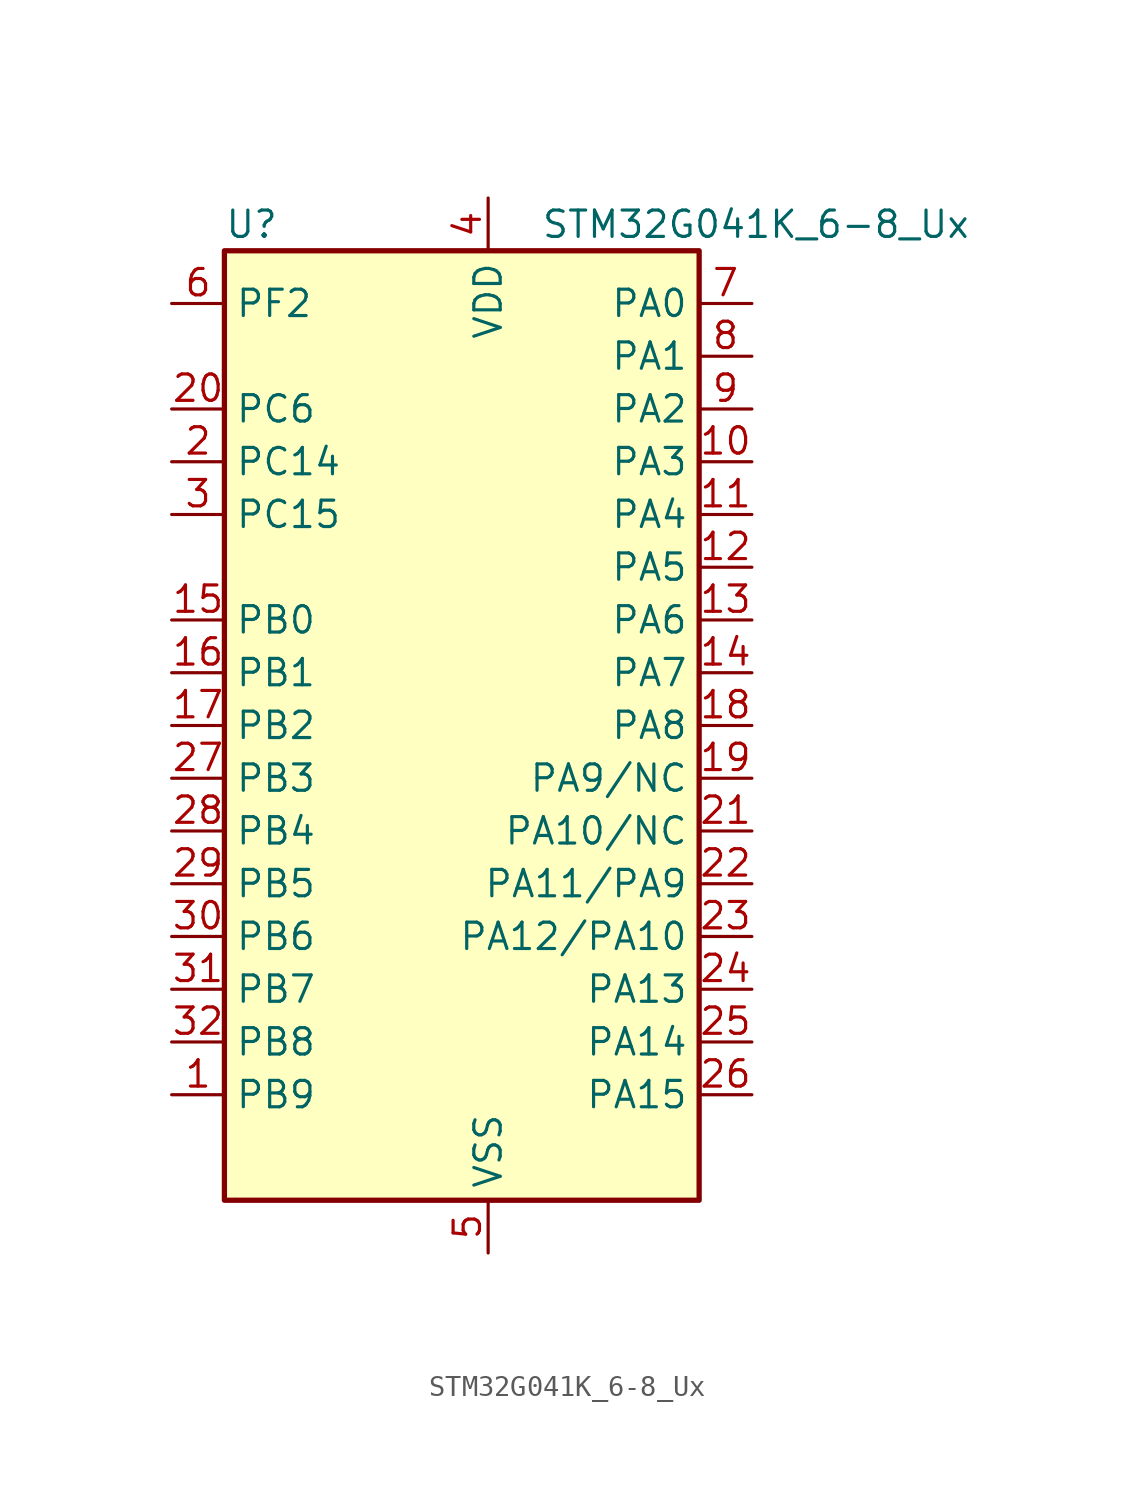
<source format=kicad_sym>
(kicad_symbol_lib
  (version 20231120)
  (generator "kicad_symbol_editor")
  (generator_version "8.0")
  (symbol "STM32G041K_6-8_Ux"
    (property "Reference" "U"
      (at -10.16 24.13 0)
      (effects (font (size 1.27 1.27)) (justify left)))
    (property "Value" "STM32G041K_6-8_Ux"
      (at 5.08 24.13 0)
      (effects (font (size 1.27 1.27)) (justify left)))
    (property "ki_locked" ""
      (at 0 0 0)
      (effects (font (size 1.27 1.27))))
    (symbol "STM32G041K_6-8_Ux_0_1"
      (rectangle (start -10.16 -22.86) (end 12.7 22.86) (stroke (width 0.254) (type default)) (fill (type background))))
    (symbol "STM32G041K_6-8_Ux_1_1"
      (pin bidirectional line (at -12.7 -17.78 0) (length 2.54) (name "PB9" (effects (font (size 1.27 1.27)))) (number "1" (effects (font (size 1.27 1.27)))) (alternate "I2C1_SDA" bidirectional line) (alternate "IR_OUT" bidirectional line) (alternate "SPI2_NSS" bidirectional line) (alternate "TIM17_CH1" bidirectional line))
      (pin bidirectional line (at 15.24 12.7 180) (length 2.54) (name "PA3" (effects (font (size 1.27 1.27)))) (number "10" (effects (font (size 1.27 1.27)))) (alternate "ADC1_IN3" bidirectional line) (alternate "LPUART1_RX" bidirectional line) (alternate "SPI2_MISO" bidirectional line) (alternate "TIM2_CH4" bidirectional line) (alternate "USART2_RX" bidirectional line))
      (pin bidirectional line (at 15.24 10.16 180) (length 2.54) (name "PA4" (effects (font (size 1.27 1.27)))) (number "11" (effects (font (size 1.27 1.27)))) (alternate "ADC1_IN4" bidirectional line) (alternate "I2S1_WS" bidirectional line) (alternate "LPTIM2_OUT" bidirectional line) (alternate "RTC_OUT_ALARM" bidirectional line) (alternate "RTC_OUT_CALIB" bidirectional line) (alternate "RTC_TAMP_IN1" bidirectional line) (alternate "RTC_TS" bidirectional line) (alternate "SPI1_NSS" bidirectional line) (alternate "SPI2_MOSI" bidirectional line) (alternate "SYS_WKUP2" bidirectional line) (alternate "TIM14_CH1" bidirectional line))
      (pin bidirectional line (at 15.24 7.62 180) (length 2.54) (name "PA5" (effects (font (size 1.27 1.27)))) (number "12" (effects (font (size 1.27 1.27)))) (alternate "ADC1_IN5" bidirectional line) (alternate "I2S1_CK" bidirectional line) (alternate "LPTIM2_ETR" bidirectional line) (alternate "SPI1_SCK" bidirectional line) (alternate "TIM2_CH1" bidirectional line) (alternate "TIM2_ETR" bidirectional line))
      (pin bidirectional line (at 15.24 5.08 180) (length 2.54) (name "PA6" (effects (font (size 1.27 1.27)))) (number "13" (effects (font (size 1.27 1.27)))) (alternate "ADC1_IN6" bidirectional line) (alternate "I2S1_MCK" bidirectional line) (alternate "LPUART1_CTS" bidirectional line) (alternate "SPI1_MISO" bidirectional line) (alternate "TIM16_CH1" bidirectional line) (alternate "TIM1_BK" bidirectional line) (alternate "TIM3_CH1" bidirectional line))
      (pin bidirectional line (at 15.24 2.54 180) (length 2.54) (name "PA7" (effects (font (size 1.27 1.27)))) (number "14" (effects (font (size 1.27 1.27)))) (alternate "ADC1_IN7" bidirectional line) (alternate "I2S1_SD" bidirectional line) (alternate "SPI1_MOSI" bidirectional line) (alternate "TIM14_CH1" bidirectional line) (alternate "TIM17_CH1" bidirectional line) (alternate "TIM1_CH1N" bidirectional line) (alternate "TIM3_CH2" bidirectional line))
      (pin bidirectional line (at -12.7 5.08 0) (length 2.54) (name "PB0" (effects (font (size 1.27 1.27)))) (number "15" (effects (font (size 1.27 1.27)))) (alternate "ADC1_IN8" bidirectional line) (alternate "I2S1_WS" bidirectional line) (alternate "LPTIM1_OUT" bidirectional line) (alternate "SPI1_NSS" bidirectional line) (alternate "TIM1_CH2N" bidirectional line) (alternate "TIM3_CH3" bidirectional line))
      (pin bidirectional line (at -12.7 2.54 0) (length 2.54) (name "PB1" (effects (font (size 1.27 1.27)))) (number "16" (effects (font (size 1.27 1.27)))) (alternate "ADC1_IN9" bidirectional line) (alternate "LPTIM2_IN1" bidirectional line) (alternate "LPUART1_DE" bidirectional line) (alternate "LPUART1_RTS" bidirectional line) (alternate "TIM14_CH1" bidirectional line) (alternate "TIM1_CH3N" bidirectional line) (alternate "TIM3_CH4" bidirectional line))
      (pin bidirectional line (at -12.7 0 0) (length 2.54) (name "PB2" (effects (font (size 1.27 1.27)))) (number "17" (effects (font (size 1.27 1.27)))) (alternate "ADC1_IN10" bidirectional line) (alternate "LPTIM1_OUT" bidirectional line) (alternate "SPI2_MISO" bidirectional line))
      (pin bidirectional line (at 15.24 0 180) (length 2.54) (name "PA8" (effects (font (size 1.27 1.27)))) (number "18" (effects (font (size 1.27 1.27)))) (alternate "LPTIM2_OUT" bidirectional line) (alternate "RCC_MCO" bidirectional line) (alternate "SPI2_NSS" bidirectional line) (alternate "TIM1_CH1" bidirectional line))
      (pin bidirectional line (at 15.24 -2.54 180) (length 2.54) (name "PA9/NC" (effects (font (size 1.27 1.27)))) (number "19" (effects (font (size 1.27 1.27)))) (alternate "I2C1_SCL" bidirectional line) (alternate "RCC_MCO" bidirectional line) (alternate "SPI2_MISO" bidirectional line) (alternate "TIM1_CH2" bidirectional line) (alternate "USART1_TX" bidirectional line))
      (pin bidirectional line (at -12.7 12.7 0) (length 2.54) (name "PC14" (effects (font (size 1.27 1.27)))) (number "2" (effects (font (size 1.27 1.27)))) (alternate "RCC_OSC32_IN" bidirectional line) (alternate "RCC_OSC_IN" bidirectional line) (alternate "TIM1_BK2" bidirectional line))
      (pin bidirectional line (at -12.7 15.24 0) (length 2.54) (name "PC6" (effects (font (size 1.27 1.27)))) (number "20" (effects (font (size 1.27 1.27)))) (alternate "TIM2_CH3" bidirectional line) (alternate "TIM3_CH1" bidirectional line))
      (pin bidirectional line (at 15.24 -5.08 180) (length 2.54) (name "PA10/NC" (effects (font (size 1.27 1.27)))) (number "21" (effects (font (size 1.27 1.27)))) (alternate "I2C1_SDA" bidirectional line) (alternate "SPI2_MOSI" bidirectional line) (alternate "TIM17_BK" bidirectional line) (alternate "TIM1_CH3" bidirectional line) (alternate "USART1_RX" bidirectional line))
      (pin bidirectional line (at 15.24 -7.62 180) (length 2.54) (name "PA11/PA9" (effects (font (size 1.27 1.27)))) (number "22" (effects (font (size 1.27 1.27)))) (alternate "ADC1_EXTI11" bidirectional line) (alternate "ADC1_IN15" bidirectional line) (alternate "I2C2_SCL" bidirectional line) (alternate "I2S1_MCK" bidirectional line) (alternate "SPI1_MISO" bidirectional line) (alternate "TIM1_BK2" bidirectional line) (alternate "TIM1_CH4" bidirectional line) (alternate "USART1_CTS" bidirectional line) (alternate "USART1_NSS" bidirectional line))
      (pin bidirectional line (at 15.24 -10.16 180) (length 2.54) (name "PA12/PA10" (effects (font (size 1.27 1.27)))) (number "23" (effects (font (size 1.27 1.27)))) (alternate "ADC1_IN16" bidirectional line) (alternate "I2C2_SDA" bidirectional line) (alternate "I2S1_SD" bidirectional line) (alternate "I2S_CKIN" bidirectional line) (alternate "SPI1_MOSI" bidirectional line) (alternate "TIM1_ETR" bidirectional line) (alternate "USART1_CK" bidirectional line) (alternate "USART1_DE" bidirectional line) (alternate "USART1_RTS" bidirectional line))
      (pin bidirectional line (at 15.24 -12.7 180) (length 2.54) (name "PA13" (effects (font (size 1.27 1.27)))) (number "24" (effects (font (size 1.27 1.27)))) (alternate "ADC1_IN17" bidirectional line) (alternate "IR_OUT" bidirectional line) (alternate "SYS_SWDIO" bidirectional line))
      (pin bidirectional line (at 15.24 -15.24 180) (length 2.54) (name "PA14" (effects (font (size 1.27 1.27)))) (number "25" (effects (font (size 1.27 1.27)))) (alternate "ADC1_IN18" bidirectional line) (alternate "SYS_SWCLK" bidirectional line) (alternate "USART2_TX" bidirectional line))
      (pin bidirectional line (at 15.24 -17.78 180) (length 2.54) (name "PA15" (effects (font (size 1.27 1.27)))) (number "26" (effects (font (size 1.27 1.27)))) (alternate "I2S1_WS" bidirectional line) (alternate "SPI1_NSS" bidirectional line) (alternate "TIM2_CH1" bidirectional line) (alternate "TIM2_ETR" bidirectional line) (alternate "USART2_RX" bidirectional line))
      (pin bidirectional line (at -12.7 -2.54 0) (length 2.54) (name "PB3" (effects (font (size 1.27 1.27)))) (number "27" (effects (font (size 1.27 1.27)))) (alternate "I2S1_CK" bidirectional line) (alternate "SPI1_SCK" bidirectional line) (alternate "TIM1_CH2" bidirectional line) (alternate "TIM2_CH2" bidirectional line) (alternate "USART1_CK" bidirectional line) (alternate "USART1_DE" bidirectional line) (alternate "USART1_RTS" bidirectional line))
      (pin bidirectional line (at -12.7 -5.08 0) (length 2.54) (name "PB4" (effects (font (size 1.27 1.27)))) (number "28" (effects (font (size 1.27 1.27)))) (alternate "I2S1_MCK" bidirectional line) (alternate "SPI1_MISO" bidirectional line) (alternate "TIM17_BK" bidirectional line) (alternate "TIM3_CH1" bidirectional line) (alternate "USART1_CTS" bidirectional line) (alternate "USART1_NSS" bidirectional line))
      (pin bidirectional line (at -12.7 -7.62 0) (length 2.54) (name "PB5" (effects (font (size 1.27 1.27)))) (number "29" (effects (font (size 1.27 1.27)))) (alternate "I2C1_SMBA" bidirectional line) (alternate "I2S1_SD" bidirectional line) (alternate "LPTIM1_IN1" bidirectional line) (alternate "SPI1_MOSI" bidirectional line) (alternate "SYS_WKUP6" bidirectional line) (alternate "TIM16_BK" bidirectional line) (alternate "TIM3_CH2" bidirectional line))
      (pin bidirectional line (at -12.7 10.16 0) (length 2.54) (name "PC15" (effects (font (size 1.27 1.27)))) (number "3" (effects (font (size 1.27 1.27)))) (alternate "RCC_OSC32_EN" bidirectional line) (alternate "RCC_OSC32_OUT" bidirectional line) (alternate "RCC_OSC_EN" bidirectional line))
      (pin bidirectional line (at -12.7 -10.16 0) (length 2.54) (name "PB6" (effects (font (size 1.27 1.27)))) (number "30" (effects (font (size 1.27 1.27)))) (alternate "I2C1_SCL" bidirectional line) (alternate "LPTIM1_ETR" bidirectional line) (alternate "SPI2_MISO" bidirectional line) (alternate "TIM16_CH1N" bidirectional line) (alternate "TIM1_CH3" bidirectional line) (alternate "USART1_TX" bidirectional line))
      (pin bidirectional line (at -12.7 -12.7 0) (length 2.54) (name "PB7" (effects (font (size 1.27 1.27)))) (number "31" (effects (font (size 1.27 1.27)))) (alternate "ADC1_IN11" bidirectional line) (alternate "I2C1_SDA" bidirectional line) (alternate "LPTIM1_IN2" bidirectional line) (alternate "SPI2_MOSI" bidirectional line) (alternate "SYS_PVD_IN" bidirectional line) (alternate "TIM17_CH1N" bidirectional line) (alternate "USART1_RX" bidirectional line))
      (pin bidirectional line (at -12.7 -15.24 0) (length 2.54) (name "PB8" (effects (font (size 1.27 1.27)))) (number "32" (effects (font (size 1.27 1.27)))) (alternate "I2C1_SCL" bidirectional line) (alternate "SPI2_SCK" bidirectional line) (alternate "TIM16_CH1" bidirectional line))
      (pin passive line (at 2.54 -25.4 90) (length 2.54) hide (name "VSS" (effects (font (size 1.27 1.27)))) (number "33" (effects (font (size 1.27 1.27)))))
      (pin power_in line (at 2.54 25.4 270) (length 2.54) (name "VDD" (effects (font (size 1.27 1.27)))) (number "4" (effects (font (size 1.27 1.27)))))
      (pin power_in line (at 2.54 -25.4 90) (length 2.54) (name "VSS" (effects (font (size 1.27 1.27)))) (number "5" (effects (font (size 1.27 1.27)))))
      (pin bidirectional line (at -12.7 20.32 0) (length 2.54) (name "PF2" (effects (font (size 1.27 1.27)))) (number "6" (effects (font (size 1.27 1.27)))) (alternate "RCC_MCO" bidirectional line))
      (pin bidirectional line (at 15.24 20.32 180) (length 2.54) (name "PA0" (effects (font (size 1.27 1.27)))) (number "7" (effects (font (size 1.27 1.27)))) (alternate "ADC1_IN0" bidirectional line) (alternate "LPTIM1_OUT" bidirectional line) (alternate "RTC_TAMP_IN2" bidirectional line) (alternate "SPI2_SCK" bidirectional line) (alternate "SYS_WKUP1" bidirectional line) (alternate "TIM2_CH1" bidirectional line) (alternate "TIM2_ETR" bidirectional line) (alternate "USART2_CTS" bidirectional line) (alternate "USART2_NSS" bidirectional line))
      (pin bidirectional line (at 15.24 17.78 180) (length 2.54) (name "PA1" (effects (font (size 1.27 1.27)))) (number "8" (effects (font (size 1.27 1.27)))) (alternate "ADC1_IN1" bidirectional line) (alternate "I2C1_SMBA" bidirectional line) (alternate "I2S1_CK" bidirectional line) (alternate "SPI1_SCK" bidirectional line) (alternate "TIM2_CH2" bidirectional line) (alternate "USART2_CK" bidirectional line) (alternate "USART2_DE" bidirectional line) (alternate "USART2_RTS" bidirectional line))
      (pin bidirectional line (at 15.24 15.24 180) (length 2.54) (name "PA2" (effects (font (size 1.27 1.27)))) (number "9" (effects (font (size 1.27 1.27)))) (alternate "ADC1_IN2" bidirectional line) (alternate "I2S1_SD" bidirectional line) (alternate "LPUART1_TX" bidirectional line) (alternate "RCC_LSCO" bidirectional line) (alternate "SPI1_MOSI" bidirectional line) (alternate "SYS_WKUP4" bidirectional line) (alternate "TIM2_CH3" bidirectional line) (alternate "USART2_TX" bidirectional line)))))
</source>
